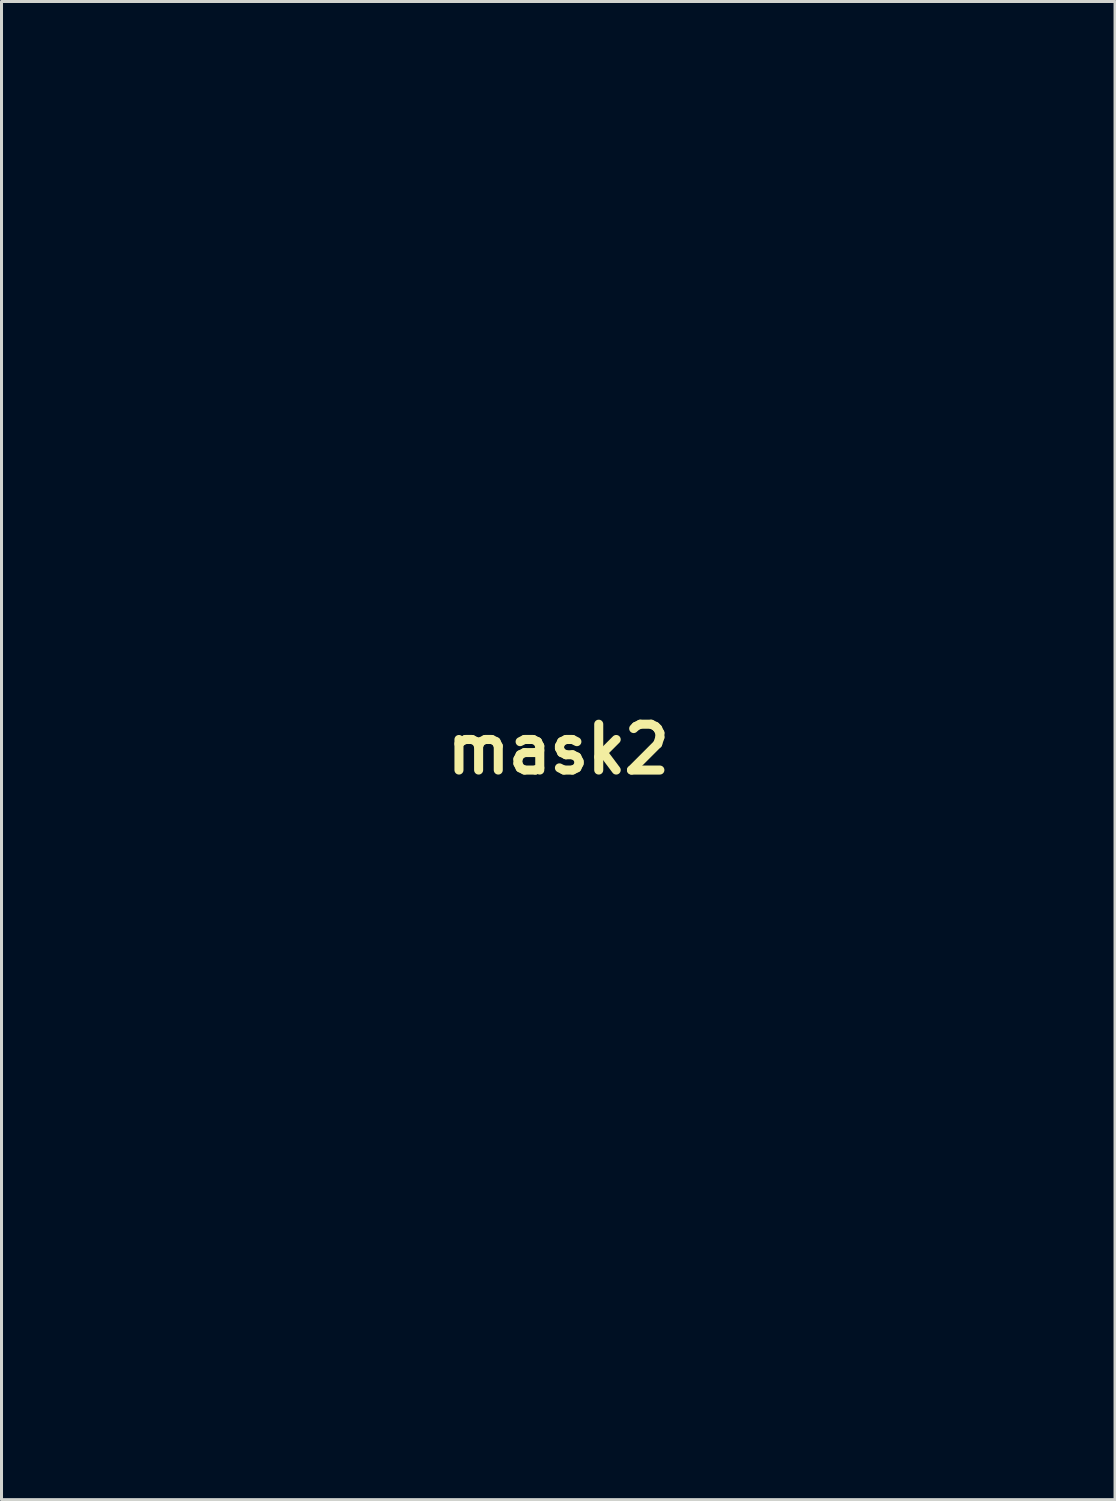
<source format=kicad_pcb>
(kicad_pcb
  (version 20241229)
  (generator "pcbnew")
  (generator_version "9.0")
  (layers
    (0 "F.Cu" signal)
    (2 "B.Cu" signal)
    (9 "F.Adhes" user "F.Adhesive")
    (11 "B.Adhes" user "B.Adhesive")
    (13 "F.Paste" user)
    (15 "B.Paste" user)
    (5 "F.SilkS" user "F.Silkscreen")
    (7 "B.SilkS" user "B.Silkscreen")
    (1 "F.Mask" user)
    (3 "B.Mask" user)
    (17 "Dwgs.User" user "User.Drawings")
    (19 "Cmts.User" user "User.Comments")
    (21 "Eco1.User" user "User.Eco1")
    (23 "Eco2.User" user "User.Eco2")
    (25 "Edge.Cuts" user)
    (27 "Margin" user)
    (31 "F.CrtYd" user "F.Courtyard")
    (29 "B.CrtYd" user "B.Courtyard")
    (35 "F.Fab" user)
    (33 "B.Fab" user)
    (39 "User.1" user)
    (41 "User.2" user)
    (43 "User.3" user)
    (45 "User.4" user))
  (footprint "mask2"
    (layer "F.Cu")
    (at 15.503 21.849)
    (property "Reference" "mask2" (at 0 0 0) (layer "F.SilkS") (effects (font (size 1.524 1.524) (thickness 0.3))))
    (attr through_hole)
    (fp_poly (pts (xy -7.564 -18.224) (xy -7.553 -18.051) (xy -7.564 -18.013) (xy -7.595 -18.002) (xy -7.607 -18.119) (xy -7.593 -18.239) (xy -7.564 -18.224)) (stroke (width 0.01) (type solid)) (fill yes) (layer "F.Mask"))
    (fp_poly (pts (xy 9.734 21.49) (xy 9.853 21.655) (xy 9.864 21.675) (xy 9.995 21.929) (xy 9.252 21.921) (xy 8.509 21.914) (xy 9.017 21.672) (xy 9.292 21.547) (xy 9.514 21.458) (xy 9.629 21.425) (xy 9.734 21.49)) (stroke (width 0.01) (type solid)) (fill yes) (layer "F.Mask"))
    (fp_poly (pts (xy 11.598 21.626) (xy 11.87 21.73) (xy 12.074 21.819) (xy 12.159 21.868) (xy 12.107 21.893) (xy 11.919 21.912) (xy 11.626 21.924) (xy 11.381 21.925) (xy 10.541 21.922) (xy 10.82 21.683) (xy 11.099 21.445) (xy 11.598 21.626)) (stroke (width 0.01) (type solid)) (fill yes) (layer "F.Mask"))
    (fp_poly (pts (xy 12.933 -17.878) (xy 12.999 -17.714) (xy 13.036 -17.531) (xy 13.038 -17.505) (xy 12.98 -17.45) (xy 12.886 -17.442) (xy 12.863 -17.462) (xy 12.831 -17.654) (xy 12.827 -17.838) (xy 12.853 -17.943) (xy 12.865 -17.949) (xy 12.933 -17.878)) (stroke (width 0.01) (type solid)) (fill yes) (layer "F.Mask"))
    (fp_poly (pts (xy -8.203 -7.133) (xy -8.19 -6.813) (xy -8.185 -6.57) (xy -8.187 -6.444) (xy -8.189 -6.434) (xy -8.235 -6.502) (xy -8.318 -6.663) (xy -8.32 -6.668) (xy -8.382 -6.852) (xy -8.384 -7.071) (xy -8.334 -7.366) (xy -8.236 -7.832) (xy -8.203 -7.133)) (stroke (width 0.01) (type solid)) (fill yes) (layer "F.Mask"))
    (fp_poly (pts (xy 15.477 -9.716) (xy 15.486 -9.308) (xy 15.485 -8.849) (xy 15.477 -8.544) (xy 15.452 -7.944) (xy 15.247 -8.163) (xy 15.063 -8.332) (xy 14.803 -8.539) (xy 14.605 -8.682) (xy 14.167 -8.983) (xy 14.81 -9.635) (xy 15.452 -10.287) (xy 15.477 -9.716)) (stroke (width 0.01) (type solid)) (fill yes) (layer "F.Mask"))
    (fp_poly (pts (xy -4.822 -5.528) (xy -4.754 -5.257) (xy -4.673 -5.029) (xy -4.653 -4.989) (xy -4.6 -4.821) (xy -4.674 -4.688) (xy -4.679 -4.683) (xy -4.767 -4.62) (xy -4.82 -4.679) (xy -4.856 -4.83) (xy -4.889 -5.09) (xy -4.902 -5.404) (xy -4.901 -5.493) (xy -4.892 -5.884) (xy -4.822 -5.528)) (stroke (width 0.01) (type solid)) (fill yes) (layer "F.Mask"))
    (fp_poly (pts (xy 10.406 -2.831) (xy 10.625 -2.77) (xy 10.973 -2.657) (xy 11.434 -2.495) (xy 11.842 -2.347) (xy 12.55 -2.087) (xy 12.18 -1.901) (xy 11.89 -1.762) (xy 11.677 -1.696) (xy 11.498 -1.715) (xy 11.311 -1.828) (xy 11.073 -2.047) (xy 10.901 -2.221) (xy 10.656 -2.473) (xy 10.464 -2.677) (xy 10.349 -2.806) (xy 10.329 -2.835) (xy 10.406 -2.831)) (stroke (width 0.01) (type solid)) (fill yes) (layer "F.Mask"))
    (fp_poly (pts (xy -10.755 -15.034) (xy -10.611 -14.937) (xy -10.424 -14.743) (xy -10.106 -14.398) (xy -10.662 -14.11) (xy -11.31 -13.808) (xy -11.898 -13.618) (xy -12.48 -13.528) (xy -13.112 -13.527) (xy -13.368 -13.547) (xy -13.825 -13.589) (xy -13.312 -13.991) (xy -12.835 -14.323) (xy -12.313 -14.618) (xy -11.795 -14.851) (xy -11.329 -14.999) (xy -11.168 -15.029) (xy -10.919 -15.057) (xy -10.755 -15.034)) (stroke (width 0.01) (type solid)) (fill yes) (layer "F.Mask"))
    (fp_poly (pts (xy -7.152 -20.288) (xy -7.217 -20.095) (xy -7.273 -19.959) (xy -7.39 -19.629) (xy -7.48 -19.278) (xy -7.496 -19.185) (xy -7.543 -18.955) (xy -7.597 -18.816) (xy -7.621 -18.796) (xy -7.645 -18.869) (xy -7.628 -19.054) (xy -7.609 -19.156) (xy -7.544 -19.402) (xy -7.452 -19.686) (xy -7.35 -19.967) (xy -7.253 -20.202) (xy -7.176 -20.35) (xy -7.141 -20.377) (xy -7.152 -20.288)) (stroke (width 0.01) (type solid)) (fill yes) (layer "F.Mask"))
    (fp_poly (pts (xy 15.488 -12.171) (xy 15.487 -11.719) (xy 15.473 -11.418) (xy 15.441 -11.248) (xy 15.389 -11.191) (xy 15.31 -11.228) (xy 15.269 -11.266) (xy 15.129 -11.33) (xy 14.905 -11.369) (xy 14.871 -11.372) (xy 14.671 -11.389) (xy 14.567 -11.412) (xy 14.563 -11.417) (xy 14.607 -11.498) (xy 14.715 -11.659) (xy 14.736 -11.689) (xy 14.856 -11.885) (xy 15.013 -12.177) (xy 15.176 -12.506) (xy 15.196 -12.549) (xy 15.483 -13.166) (xy 15.488 -12.171)) (stroke (width 0.01) (type solid)) (fill yes) (layer "F.Mask"))
    (fp_poly (pts (xy 15.494 -7.116) (xy 15.485 -6.826) (xy 15.445 -6.651) (xy 15.357 -6.539) (xy 15.285 -6.487) (xy 15.03 -6.396) (xy 14.654 -6.362) (xy 14.199 -6.387) (xy 13.78 -6.454) (xy 13.546 -6.516) (xy 13.401 -6.58) (xy 13.377 -6.61) (xy 13.451 -6.673) (xy 13.638 -6.746) (xy 13.737 -6.775) (xy 14.167 -6.893) (xy 14.487 -7.003) (xy 14.753 -7.127) (xy 15.02 -7.29) (xy 15.073 -7.325) (xy 15.494 -7.609) (xy 15.494 -7.116)) (stroke (width 0.01) (type solid)) (fill yes) (layer "F.Mask"))
    (fp_poly (pts (xy -15.099 7.161) (xy -14.703 7.463) (xy -13.702 7.422) (xy -13.313 7.41) (xy -12.994 7.409) (xy -12.779 7.418) (xy -12.7 7.437) (xy -12.767 7.505) (xy -12.945 7.633) (xy -13.198 7.796) (xy -13.255 7.831) (xy -13.549 8.034) (xy -13.802 8.247) (xy -13.96 8.427) (xy -13.966 8.437) (xy -14.077 8.58) (xy -14.239 8.697) (xy -14.482 8.802) (xy -14.836 8.907) (xy -15.261 9.009) (xy -15.494 9.063) (xy -15.494 6.859) (xy -15.099 7.161)) (stroke (width 0.01) (type solid)) (fill yes) (layer "F.Mask"))
    (fp_poly (pts (xy 4.22 -21.064) (xy 4.209 -21.016) (xy 4.209 -20.687) (xy 4.335 -20.338) (xy 4.565 -20.03) (xy 4.571 -20.024) (xy 4.73 -19.857) (xy 4.819 -19.734) (xy 4.826 -19.711) (xy 4.757 -19.647) (xy 4.585 -19.645) (xy 4.36 -19.696) (xy 4.133 -19.792) (xy 4.055 -19.839) (xy 3.873 -19.984) (xy 3.794 -20.131) (xy 3.783 -20.356) (xy 3.785 -20.405) (xy 3.839 -20.717) (xy 3.988 -20.951) (xy 4.029 -20.992) (xy 4.176 -21.129) (xy 4.23 -21.151) (xy 4.22 -21.064)) (stroke (width 0.01) (type solid)) (fill yes) (layer "F.Mask"))
    (fp_poly (pts (xy 11.599 -5.039) (xy 12.559 -4.846) (xy 13.411 -4.75) (xy 14.184 -4.75) (xy 14.907 -4.844) (xy 14.965 -4.856) (xy 15.494 -4.967) (xy 15.494 -3.923) (xy 15.489 -3.525) (xy 15.476 -3.198) (xy 15.457 -2.973) (xy 15.433 -2.883) (xy 15.431 -2.882) (xy 15.323 -2.921) (xy 15.125 -3.012) (xy 15.028 -3.061) (xy 14.843 -3.16) (xy 14.542 -3.326) (xy 14.158 -3.539) (xy 13.724 -3.783) (xy 13.377 -3.978) (xy 12.925 -4.233) (xy 12.499 -4.473) (xy 12.132 -4.679) (xy 11.856 -4.833) (xy 11.726 -4.905) (xy 11.55 -5.01) (xy 11.529 -5.049) (xy 11.599 -5.039)) (stroke (width 0.01) (type solid)) (fill yes) (layer "F.Mask"))
    (fp_poly (pts (xy 13.781 -10.104) (xy 13.934 -9.866) (xy 14.052 -9.564) (xy 14.112 -9.27) (xy 14.1 -9.069) (xy 13.933 -8.81) (xy 13.623 -8.59) (xy 13.192 -8.428) (xy 13.176 -8.424) (xy 12.783 -8.336) (xy 12.459 -8.312) (xy 12.126 -8.351) (xy 11.769 -8.436) (xy 11.238 -8.585) (xy 10.828 -8.713) (xy 10.551 -8.815) (xy 10.422 -8.886) (xy 10.414 -8.902) (xy 10.465 -8.964) (xy 10.631 -9.019) (xy 10.935 -9.074) (xy 11.104 -9.098) (xy 11.401 -9.173) (xy 11.794 -9.317) (xy 12.236 -9.512) (xy 12.681 -9.735) (xy 13.082 -9.965) (xy 13.237 -10.066) (xy 13.595 -10.313) (xy 13.781 -10.104)) (stroke (width 0.01) (type solid)) (fill yes) (layer "F.Mask"))
    (fp_poly (pts (xy -10.993 -21.843) (xy -10.272 -21.839) (xy -9.622 -21.834) (xy -9.062 -21.827) (xy -8.607 -21.819) (xy -8.276 -21.809) (xy -8.085 -21.799) (xy -8.043 -21.791) (xy -8.098 -21.71) (xy -8.244 -21.537) (xy -8.455 -21.303) (xy -8.581 -21.168) (xy -9.352 -20.257) (xy -9.969 -19.323) (xy -10.428 -18.375) (xy -10.727 -17.42) (xy -10.861 -16.466) (xy -10.868 -16.256) (xy -10.88 -15.452) (xy -11.261 -15.444) (xy -11.84 -15.371) (xy -12.486 -15.184) (xy -13.16 -14.903) (xy -13.822 -14.548) (xy -14.435 -14.137) (xy -14.96 -13.692) (xy -15.191 -13.447) (xy -15.494 -13.093) (xy -15.494 -21.844) (xy -11.769 -21.844) (xy -10.993 -21.843)) (stroke (width 0.01) (type solid)) (fill yes) (layer "F.Mask"))
    (fp_poly (pts (xy -6.676 -2.488) (xy -6.495 -2.333) (xy -6.427 -2.269) (xy -6.231 -2.067) (xy -6.15 -1.935) (xy -6.167 -1.838) (xy -6.18 -1.821) (xy -6.237 -1.649) (xy -6.223 -1.525) (xy -6.116 -1.405) (xy -5.932 -1.413) (xy -5.703 -1.545) (xy -5.666 -1.576) (xy -5.506 -1.683) (xy -5.428 -1.647) (xy -5.419 -1.572) (xy -5.347 -1.467) (xy -5.228 -1.424) (xy -5.094 -1.369) (xy -5.029 -1.222) (xy -5.012 -1.085) (xy -5.035 -0.813) (xy -5.163 -0.675) (xy -5.395 -0.669) (xy -5.588 -0.73) (xy -5.82 -0.889) (xy -6.079 -1.172) (xy -6.337 -1.543) (xy -6.567 -1.966) (xy -6.642 -2.135) (xy -6.741 -2.394) (xy -6.756 -2.51) (xy -6.676 -2.488)) (stroke (width 0.01) (type solid)) (fill yes) (layer "F.Mask"))
    (fp_poly (pts (xy -8.252 -3.564) (xy -8.213 -3.367) (xy -8.187 -3.166) (xy -8.067 -2.621) (xy -7.829 -2.047) (xy -7.503 -1.5) (xy -7.117 -1.037) (xy -7.113 -1.033) (xy -6.887 -0.819) (xy -6.704 -0.663) (xy -6.599 -0.594) (xy -6.593 -0.593) (xy -6.519 -0.539) (xy -6.552 -0.404) (xy -6.679 -0.225) (xy -6.752 -0.15) (xy -7.237 0.202) (xy -7.781 0.412) (xy -8.35 0.473) (xy -8.906 0.379) (xy -9.284 0.211) (xy -9.518 -0.02) (xy -9.626 -0.341) (xy -9.63 -0.721) (xy -9.573 -1.088) (xy -9.467 -1.498) (xy -9.376 -1.761) (xy -9.258 -2.023) (xy -9.096 -2.342) (xy -8.91 -2.685) (xy -8.719 -3.018) (xy -8.541 -3.31) (xy -8.396 -3.526) (xy -8.303 -3.634) (xy -8.288 -3.641) (xy -8.252 -3.564)) (stroke (width 0.01) (type solid)) (fill yes) (layer "F.Mask"))
    (fp_poly (pts (xy 15.494 -19.304) (xy 15.493 -18.668) (xy 15.491 -18.091) (xy 15.488 -17.593) (xy 15.485 -17.195) (xy 15.48 -16.918) (xy 15.475 -16.782) (xy 15.473 -16.771) (xy 15.392 -16.809) (xy 15.2 -16.899) (xy 14.944 -17.021) (xy 14.606 -17.161) (xy 14.26 -17.272) (xy 14.044 -17.32) (xy 13.795 -17.364) (xy 13.618 -17.411) (xy 13.579 -17.43) (xy 13.52 -17.53) (xy 13.427 -17.751) (xy 13.315 -18.054) (xy 13.265 -18.203) (xy 13.032 -18.808) (xy 12.738 -19.425) (xy 12.409 -20.009) (xy 12.07 -20.517) (xy 11.744 -20.905) (xy 11.742 -20.907) (xy 11.523 -21.119) (xy 11.346 -21.272) (xy 11.248 -21.336) (xy 11.245 -21.336) (xy 11.141 -21.382) (xy 10.953 -21.5) (xy 10.824 -21.59) (xy 10.473 -21.844) (xy 15.494 -21.844) (xy 15.494 -19.304)) (stroke (width 0.01) (type solid)) (fill yes) (layer "F.Mask"))
    (fp_poly (pts (xy -9.879 -7.559) (xy -9.997 -6.627) (xy -10.247 -5.655) (xy -10.612 -4.688) (xy -11.078 -3.77) (xy -11.263 -3.467) (xy -11.481 -3.18) (xy -11.7 -3.013) (xy -11.84 -2.958) (xy -12.158 -2.894) (xy -12.589 -2.851) (xy -13.074 -2.831) (xy -13.557 -2.833) (xy -13.982 -2.86) (xy -14.27 -2.907) (xy -14.616 -3.019) (xy -14.97 -3.17) (xy -15.074 -3.224) (xy -15.452 -3.432) (xy -15.475 -4.93) (xy -15.498 -6.428) (xy -15.178 -6.293) (xy -14.946 -6.226) (xy -14.606 -6.167) (xy -14.22 -6.125) (xy -14.088 -6.116) (xy -13.665 -6.102) (xy -13.341 -6.119) (xy -13.044 -6.174) (xy -12.733 -6.266) (xy -12.401 -6.381) (xy -12.098 -6.497) (xy -11.897 -6.586) (xy -11.666 -6.732) (xy -11.353 -6.97) (xy -10.992 -7.271) (xy -10.619 -7.605) (xy -10.27 -7.942) (xy -10.23 -7.982) (xy -9.835 -8.387) (xy -9.879 -7.559)) (stroke (width 0.01) (type solid)) (fill yes) (layer "F.Mask"))
    (fp_poly (pts (xy -1.733 4.686) (xy -1.388 4.863) (xy -1.174 4.994) (xy -1.065 5.099) (xy -1.036 5.198) (xy -1.037 5.215) (xy -0.997 5.348) (xy -0.849 5.552) (xy -0.583 5.84) (xy -0.316 6.104) (xy -0.029 6.392) (xy 0.207 6.65) (xy 0.365 6.849) (xy 0.424 6.962) (xy 0.424 6.963) (xy 0.41 7.04) (xy 0.345 7.058) (xy 0.192 7.014) (xy -0.021 6.931) (xy -0.346 6.8) (xy -0.57 6.731) (xy -0.737 6.734) (xy -0.89 6.822) (xy -1.073 7.008) (xy -1.326 7.3) (xy -1.623 7.569) (xy -2.024 7.799) (xy -2.558 8.005) (xy -2.788 8.077) (xy -3.094 8.164) (xy -3.273 8.2) (xy -3.36 8.18) (xy -3.391 8.102) (xy -3.398 8.022) (xy -3.393 7.634) (xy -3.333 7.179) (xy -3.212 6.638) (xy -3.026 5.995) (xy -2.771 5.23) (xy -2.576 4.686) (xy -2.448 4.335) (xy -1.733 4.686)) (stroke (width 0.01) (type solid)) (fill yes) (layer "F.Mask"))
    (fp_poly (pts (xy -15.388 9.412) (xy -15.098 9.663) (xy -14.752 9.803) (xy -14.586 9.821) (xy -14.412 9.843) (xy -14.326 9.923) (xy -14.328 10.08) (xy -14.42 10.336) (xy -14.603 10.71) (xy -14.642 10.785) (xy -14.975 11.417) (xy -14.556 11.809) (xy -14.316 12.046) (xy -14.11 12.271) (xy -13.997 12.416) (xy -13.855 12.632) (xy -14.526 13.294) (xy -14.807 13.575) (xy -15.028 13.794) (xy -15.196 13.94) (xy -15.319 14.001) (xy -15.403 13.965) (xy -15.456 13.821) (xy -15.484 13.558) (xy -15.495 13.163) (xy -15.496 12.625) (xy -15.494 11.932) (xy -15.494 11.711) (xy -15.493 10.99) (xy -15.488 10.425) (xy -15.488 10.414) (xy -15.282 10.414) (xy -15.276 10.492) (xy -15.245 10.499) (xy -15.159 10.437) (xy -15.155 10.414) (xy -15.184 10.332) (xy -15.193 10.329) (xy -15.265 10.389) (xy -15.282 10.414) (xy -15.488 10.414) (xy -15.481 9.999) (xy -15.468 9.698) (xy -15.451 9.508) (xy -15.428 9.414) (xy -15.399 9.401) (xy -15.388 9.412)) (stroke (width 0.01) (type solid)) (fill yes) (layer "F.Mask"))
    (fp_poly (pts (xy -13.676 -13.389) (xy -13.481 -13.357) (xy -13.195 -13.32) (xy -12.796 -13.275) (xy -12.264 -13.218) (xy -11.769 -13.168) (xy -11.196 -13.108) (xy -10.771 -13.056) (xy -10.475 -13.009) (xy -10.288 -12.963) (xy -10.19 -12.914) (xy -10.16 -12.859) (xy -10.16 -12.856) (xy -10.195 -12.748) (xy -10.289 -12.53) (xy -10.424 -12.244) (xy -10.47 -12.15) (xy -10.845 -11.499) (xy -11.248 -11) (xy -11.673 -10.659) (xy -11.937 -10.533) (xy -12.174 -10.436) (xy -12.328 -10.351) (xy -12.361 -10.313) (xy -12.349 -10.267) (xy -12.292 -10.253) (xy -12.164 -10.276) (xy -11.936 -10.342) (xy -11.58 -10.454) (xy -11.505 -10.479) (xy -10.782 -10.713) (xy -10.916 -10.373) (xy -11.096 -10.055) (xy -11.388 -9.695) (xy -11.754 -9.331) (xy -12.155 -8.999) (xy -12.553 -8.735) (xy -12.7 -8.658) (xy -13.163 -8.461) (xy -13.527 -8.36) (xy -13.826 -8.35) (xy -13.971 -8.38) (xy -14.414 -8.571) (xy -14.817 -8.863) (xy -15.151 -9.221) (xy -15.386 -9.613) (xy -15.491 -10.005) (xy -15.494 -10.075) (xy -15.457 -10.393) (xy -15.356 -10.785) (xy -15.203 -11.223) (xy -15.012 -11.682) (xy -14.796 -12.135) (xy -14.568 -12.558) (xy -14.341 -12.923) (xy -14.128 -13.205) (xy -13.943 -13.379) (xy -13.801 -13.417) (xy -13.676 -13.389)) (stroke (width 0.01) (type solid)) (fill yes) (layer "F.Mask"))
    (fp_poly (pts (xy -8.373 -6.38) (xy -8.258 -6.164) (xy -8.203 -5.933) (xy -8.213 -5.666) (xy -8.293 -5.339) (xy -8.448 -4.929) (xy -8.682 -4.413) (xy -8.887 -3.996) (xy -9.202 -3.359) (xy -9.448 -2.846) (xy -9.633 -2.433) (xy -9.766 -2.094) (xy -9.858 -1.804) (xy -9.917 -1.538) (xy -9.953 -1.271) (xy -9.968 -1.097) (xy -9.984 -0.735) (xy -9.967 -0.479) (xy -9.907 -0.268) (xy -9.835 -0.112) (xy -9.516 0.345) (xy -9.096 0.689) (xy -8.608 0.904) (xy -8.081 0.976) (xy -7.77 0.945) (xy -7.367 0.818) (xy -6.935 0.601) (xy -6.535 0.331) (xy -6.23 0.045) (xy -6.194 0) (xy -6.066 -0.157) (xy -5.947 -0.245) (xy -5.784 -0.285) (xy -5.525 -0.296) (xy -5.387 -0.296) (xy -4.805 -0.296) (xy -4.855 0.296) (xy -4.94 0.96) (xy -5.085 1.728) (xy -5.278 2.55) (xy -5.509 3.378) (xy -5.765 4.161) (xy -5.776 4.191) (xy -6.029 4.879) (xy -6.244 5.414) (xy -6.425 5.807) (xy -6.577 6.068) (xy -6.705 6.207) (xy -6.756 6.233) (xy -6.935 6.298) (xy -7.158 6.389) (xy -7.319 6.444) (xy -7.466 6.441) (xy -7.656 6.369) (xy -7.859 6.266) (xy -8.246 6.119) (xy -8.748 6.014) (xy -9.315 5.953) (xy -9.896 5.941) (xy -10.44 5.981) (xy -10.77 6.042) (xy -11.107 6.113) (xy -11.535 6.187) (xy -11.978 6.25) (xy -12.107 6.265) (xy -12.549 6.317) (xy -13.012 6.372) (xy -13.413 6.422) (xy -13.504 6.434) (xy -14.332 6.497) (xy -15.102 6.471) (xy -15.219 6.458) (xy -15.494 6.424) (xy -15.494 -2.431) (xy -15.054 -2.316) (xy -14.457 -2.203) (xy -13.806 -2.146) (xy -13.164 -2.15) (xy -12.599 -2.215) (xy -12.489 -2.238) (xy -11.914 -2.422) (xy -11.332 -2.692) (xy -10.806 -3.015) (xy -10.469 -3.288) (xy -10.145 -3.647) (xy -9.793 -4.121) (xy -9.439 -4.665) (xy -9.112 -5.236) (xy -8.837 -5.788) (xy -8.643 -6.278) (xy -8.637 -6.295) (xy -8.532 -6.622) (xy -8.373 -6.38)) (stroke (width 0.01) (type solid)) (fill yes) (layer "F.Mask"))
    (fp_poly (pts (xy 13.377 -1.635) (xy 13.746 -1.404) (xy 14.151 -1.118) (xy 14.551 -0.809) (xy 14.904 -0.509) (xy 15.169 -0.251) (xy 15.24 -0.169) (xy 15.494 0.151) (xy 15.494 3.572) (xy 15.05 3.5) (xy 14.705 3.464) (xy 14.262 3.443) (xy 13.766 3.437) (xy 13.262 3.446) (xy 12.798 3.469) (xy 12.417 3.505) (xy 12.192 3.546) (xy 11.693 3.7) (xy 11.137 3.902) (xy 10.618 4.117) (xy 10.523 4.16) (xy 10.312 4.289) (xy 10.013 4.509) (xy 9.658 4.795) (xy 9.279 5.118) (xy 8.909 5.451) (xy 8.578 5.768) (xy 8.32 6.04) (xy 8.319 6.042) (xy 8.043 6.356) (xy 8.041 5.485) (xy 8.033 5.036) (xy 8.013 4.493) (xy 7.984 3.932) (xy 7.957 3.514) (xy 7.92 2.995) (xy 7.882 2.438) (xy 7.849 1.916) (xy 7.828 1.566) (xy 7.79 1.07) (xy 7.735 0.51) (xy 7.673 -0.01) (xy 7.657 -0.12) (xy 7.609 -0.476) (xy 7.576 -0.763) (xy 7.561 -0.945) (xy 7.565 -0.989) (xy 7.669 -0.988) (xy 7.875 -0.92) (xy 8.14 -0.807) (xy 8.419 -0.665) (xy 8.668 -0.515) (xy 8.685 -0.503) (xy 8.904 -0.365) (xy 9.062 -0.287) (xy 9.114 -0.281) (xy 9.112 -0.392) (xy 9.005 -0.603) (xy 8.807 -0.892) (xy 8.658 -1.084) (xy 8.502 -1.288) (xy 8.408 -1.432) (xy 8.394 -1.477) (xy 8.467 -1.437) (xy 8.647 -1.308) (xy 8.909 -1.109) (xy 9.229 -0.857) (xy 9.354 -0.758) (xy 9.748 -0.434) (xy 10.026 -0.187) (xy 10.213 0.009) (xy 10.33 0.177) (xy 10.396 0.328) (xy 10.499 0.559) (xy 10.616 0.65) (xy 10.673 0.654) (xy 10.814 0.596) (xy 10.812 0.469) (xy 10.68 0.307) (xy 10.539 0.13) (xy 10.385 -0.167) (xy 10.211 -0.593) (xy 10.125 -0.756) (xy 10.024 -0.91) (xy 9.935 -1.058) (xy 9.961 -1.093) (xy 10.096 -1.02) (xy 10.332 -0.842) (xy 10.632 -0.588) (xy 10.925 -0.341) (xy 11.202 -0.125) (xy 11.416 0.026) (xy 11.472 0.059) (xy 11.759 0.236) (xy 12.122 0.494) (xy 12.515 0.798) (xy 12.891 1.112) (xy 13.145 1.343) (xy 13.346 1.525) (xy 13.49 1.632) (xy 13.547 1.641) (xy 13.547 1.641) (xy 13.5 1.456) (xy 13.372 1.164) (xy 13.18 0.794) (xy 12.941 0.375) (xy 12.672 -0.062) (xy 12.392 -0.488) (xy 12.116 -0.874) (xy 11.968 -1.064) (xy 11.689 -1.408) (xy 12.343 -1.63) (xy 12.996 -1.852) (xy 13.377 -1.635)) (stroke (width 0.01) (type solid)) (fill yes) (layer "F.Mask"))
    (fp_poly (pts (xy 3.353 -21.667) (xy 3.089 -21.372) (xy 2.891 -20.989) (xy 2.797 -20.594) (xy 2.794 -20.518) (xy 2.873 -20.111) (xy 3.108 -19.766) (xy 3.497 -19.484) (xy 4.037 -19.267) (xy 4.201 -19.222) (xy 4.468 -19.182) (xy 4.736 -19.182) (xy 4.954 -19.219) (xy 5.072 -19.286) (xy 5.08 -19.312) (xy 5.009 -19.349) (xy 4.839 -19.336) (xy 4.596 -19.346) (xy 4.28 -19.432) (xy 3.955 -19.57) (xy 3.685 -19.736) (xy 3.587 -19.824) (xy 3.542 -19.894) (xy 3.61 -19.886) (xy 3.805 -19.795) (xy 3.941 -19.725) (xy 4.287 -19.564) (xy 4.553 -19.497) (xy 4.741 -19.499) (xy 5.054 -19.482) (xy 5.437 -19.348) (xy 5.49 -19.323) (xy 5.999 -19.154) (xy 6.515 -19.116) (xy 7.007 -19.198) (xy 7.444 -19.392) (xy 7.796 -19.689) (xy 8.032 -20.078) (xy 8.036 -20.087) (xy 8.072 -20.402) (xy 7.957 -20.695) (xy 7.84 -20.821) (xy 7.646 -20.896) (xy 7.385 -20.891) (xy 7.109 -20.822) (xy 6.869 -20.706) (xy 6.717 -20.559) (xy 6.689 -20.463) (xy 6.74 -20.448) (xy 6.852 -20.526) (xy 7.029 -20.629) (xy 7.16 -20.645) (xy 7.352 -20.544) (xy 7.428 -20.365) (xy 7.397 -20.14) (xy 7.27 -19.903) (xy 7.057 -19.688) (xy 6.836 -19.558) (xy 6.572 -19.465) (xy 6.413 -19.466) (xy 6.397 -19.477) (xy 6.255 -19.54) (xy 6.108 -19.558) (xy 5.815 -19.625) (xy 5.494 -19.801) (xy 5.202 -20.045) (xy 4.995 -20.321) (xy 4.991 -20.329) (xy 4.855 -20.72) (xy 4.837 -21.097) (xy 4.934 -21.42) (xy 5.107 -21.624) (xy 5.219 -21.695) (xy 5.353 -21.746) (xy 5.541 -21.781) (xy 5.813 -21.804) (xy 6.201 -21.82) (xy 6.574 -21.829) (xy 7.067 -21.838) (xy 7.426 -21.836) (xy 7.685 -21.821) (xy 7.88 -21.789) (xy 8.046 -21.737) (xy 8.188 -21.675) (xy 8.826 -21.298) (xy 9.424 -20.798) (xy 9.943 -20.216) (xy 10.343 -19.591) (xy 10.423 -19.425) (xy 10.516 -19.123) (xy 10.505 -18.821) (xy 10.383 -18.481) (xy 10.166 -18.1) (xy 9.727 -17.563) (xy 9.154 -17.119) (xy 8.456 -16.77) (xy 7.646 -16.523) (xy 6.732 -16.38) (xy 5.9 -16.344) (xy 5.391 -16.356) (xy 4.966 -16.394) (xy 4.544 -16.47) (xy 4.048 -16.593) (xy 4.022 -16.6) (xy 3.56 -16.722) (xy 3.074 -16.843) (xy 2.636 -16.946) (xy 2.426 -16.993) (xy 2.111 -17.07) (xy 1.866 -17.149) (xy 1.734 -17.216) (xy 1.724 -17.23) (xy 1.744 -17.34) (xy 1.826 -17.569) (xy 1.957 -17.887) (xy 2.125 -18.262) (xy 2.155 -18.326) (xy 2.624 -19.323) (xy 2.434 -19.547) (xy 2.224 -19.774) (xy 1.959 -20.029) (xy 1.685 -20.272) (xy 1.446 -20.465) (xy 1.308 -20.556) (xy 0.956 -20.721) (xy 0.504 -20.905) (xy 0.004 -21.09) (xy -0.49 -21.258) (xy -0.927 -21.389) (xy -1.21 -21.457) (xy -1.614 -21.517) (xy -2.103 -21.564) (xy -2.608 -21.595) (xy -3.058 -21.603) (xy -3.266 -21.596) (xy -3.364 -21.511) (xy -3.495 -21.275) (xy -3.652 -20.901) (xy -3.83 -20.405) (xy -3.988 -19.918) (xy -4.101 -19.565) (xy -4.202 -19.281) (xy -4.276 -19.099) (xy -4.308 -19.05) (xy -4.472 -19.11) (xy -4.685 -19.259) (xy -4.892 -19.451) (xy -5.037 -19.641) (xy -5.043 -19.652) (xy -5.128 -19.992) (xy -5.083 -20.403) (xy -4.917 -20.857) (xy -4.636 -21.326) (xy -4.481 -21.529) (xy -4.221 -21.844) (xy 3.579 -21.844) (xy 3.353 -21.667)) (stroke (width 0.01) (type solid)) (fill yes) (layer "F.Mask")))
  (gr_rect
    (start -3 -3)
    (end 34.002 46.783)
    (stroke (width 0.1) (type default))
    (fill no)
    (layer "Edge.Cuts")))
</source>
